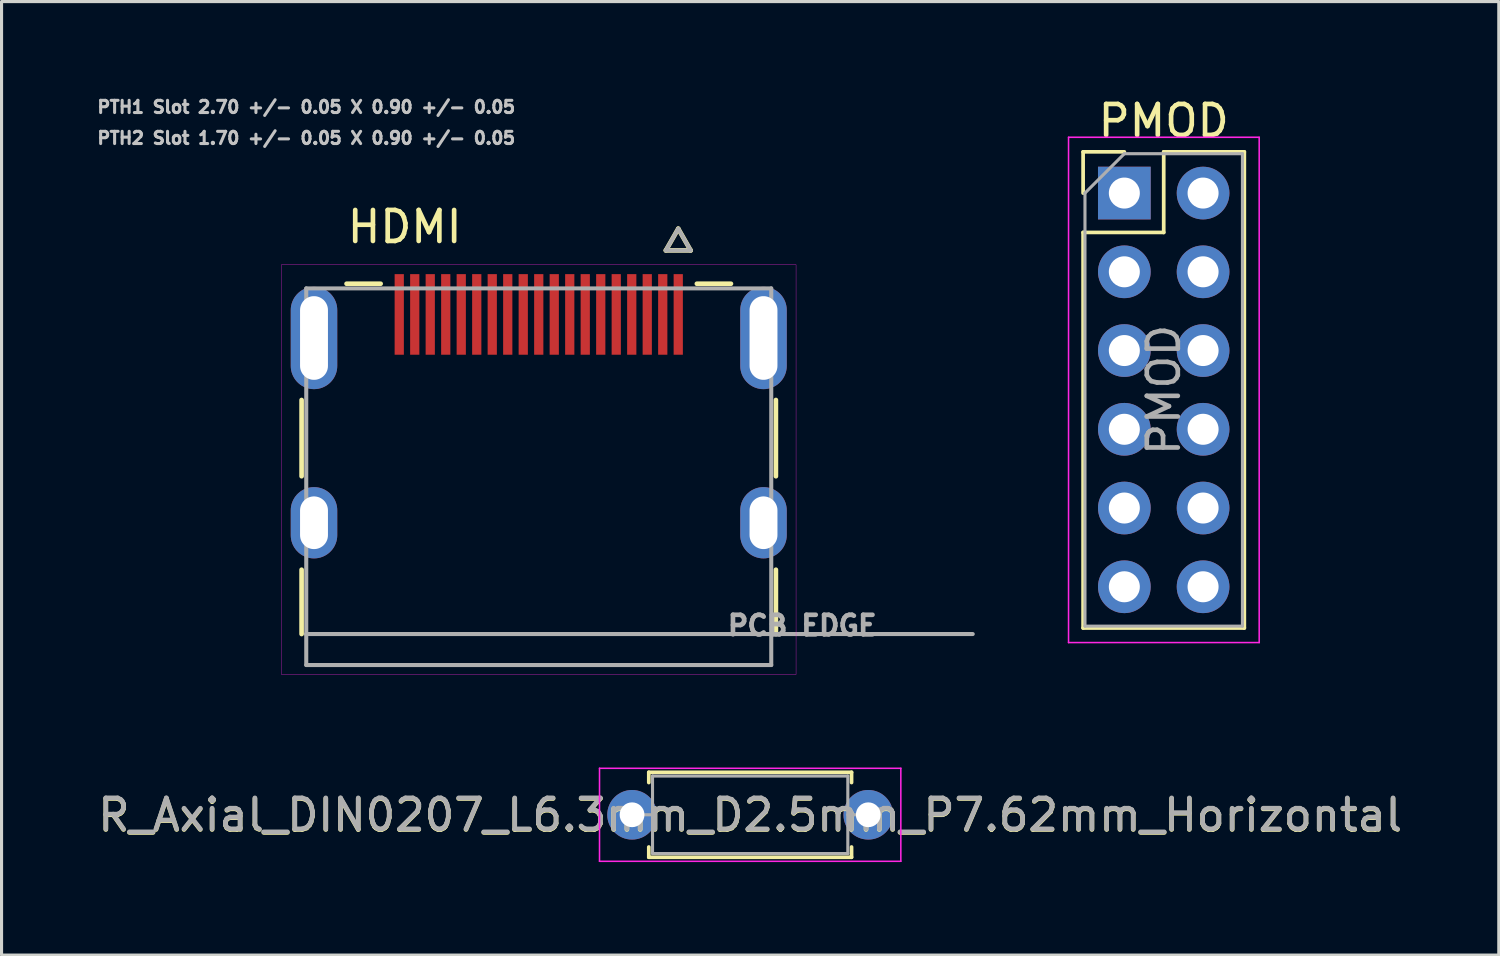
<source format=kicad_pcb>
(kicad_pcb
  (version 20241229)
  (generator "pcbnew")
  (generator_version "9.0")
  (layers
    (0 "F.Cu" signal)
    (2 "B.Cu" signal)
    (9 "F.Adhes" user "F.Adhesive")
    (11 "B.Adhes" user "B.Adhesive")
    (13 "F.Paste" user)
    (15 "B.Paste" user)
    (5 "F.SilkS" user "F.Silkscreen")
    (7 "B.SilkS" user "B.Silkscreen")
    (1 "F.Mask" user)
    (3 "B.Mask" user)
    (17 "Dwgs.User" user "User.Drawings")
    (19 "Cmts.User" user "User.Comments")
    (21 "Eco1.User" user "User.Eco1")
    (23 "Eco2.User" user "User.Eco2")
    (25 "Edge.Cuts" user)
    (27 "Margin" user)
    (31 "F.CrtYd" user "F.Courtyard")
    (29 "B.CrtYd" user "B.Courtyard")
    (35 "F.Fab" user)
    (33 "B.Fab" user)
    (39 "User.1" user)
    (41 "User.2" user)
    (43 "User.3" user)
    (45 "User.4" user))
  (footprint "HDMI"
    (layer "F.Cu")
    (at 14.329 17.403)
    (property "Reference" "HDMI" (at -4.325 -13.135 0) (layer "F.SilkS") (effects (font (size 1 1) (thickness 0.15))))
    (attr smd)
    (fp_poly (pts (xy -4.713 -11.674) (xy -4.287 -11.674) (xy -4.287 -8.947) (xy -4.713 -8.947)) (stroke (width 0.01) (type solid)) (fill yes) (layer "F.Mask"))
    (fp_poly (pts (xy -4.213 -11.674) (xy -3.788 -11.674) (xy -3.788 -8.947) (xy -4.213 -8.947)) (stroke (width 0.01) (type solid)) (fill yes) (layer "F.Mask"))
    (fp_poly (pts (xy -3.712 -11.674) (xy -3.288 -11.674) (xy -3.288 -8.947) (xy -3.712 -8.947)) (stroke (width 0.01) (type solid)) (fill yes) (layer "F.Mask"))
    (fp_poly (pts (xy -3.212 -11.674) (xy -2.788 -11.674) (xy -2.788 -8.947) (xy -3.212 -8.947)) (stroke (width 0.01) (type solid)) (fill yes) (layer "F.Mask"))
    (fp_poly (pts (xy -2.712 -11.674) (xy -2.288 -11.674) (xy -2.288 -8.947) (xy -2.712 -8.947)) (stroke (width 0.01) (type solid)) (fill yes) (layer "F.Mask"))
    (fp_poly (pts (xy -2.212 -11.674) (xy -1.788 -11.674) (xy -1.788 -8.947) (xy -2.212 -8.947)) (stroke (width 0.01) (type solid)) (fill yes) (layer "F.Mask"))
    (fp_poly (pts (xy -1.712 -11.674) (xy -1.288 -11.674) (xy -1.288 -8.947) (xy -1.712 -8.947)) (stroke (width 0.01) (type solid)) (fill yes) (layer "F.Mask"))
    (fp_poly (pts (xy -1.212 -11.674) (xy -0.787 -11.674) (xy -0.787 -8.947) (xy -1.212 -8.947)) (stroke (width 0.01) (type solid)) (fill yes) (layer "F.Mask"))
    (fp_poly (pts (xy -0.713 -11.674) (xy -0.287 -11.674) (xy -0.287 -8.947) (xy -0.713 -8.947)) (stroke (width 0.01) (type solid)) (fill yes) (layer "F.Mask"))
    (fp_poly (pts (xy -0.212 -11.674) (xy 0.212 -11.674) (xy 0.212 -8.947) (xy -0.212 -8.947)) (stroke (width 0.01) (type solid)) (fill yes) (layer "F.Mask"))
    (fp_poly (pts (xy 0.287 -11.674) (xy 0.713 -11.674) (xy 0.713 -8.947) (xy 0.287 -8.947)) (stroke (width 0.01) (type solid)) (fill yes) (layer "F.Mask"))
    (fp_poly (pts (xy 0.787 -11.674) (xy 1.212 -11.674) (xy 1.212 -8.947) (xy 0.787 -8.947)) (stroke (width 0.01) (type solid)) (fill yes) (layer "F.Mask"))
    (fp_poly (pts (xy 1.288 -11.674) (xy 1.712 -11.674) (xy 1.712 -8.947) (xy 1.288 -8.947)) (stroke (width 0.01) (type solid)) (fill yes) (layer "F.Mask"))
    (fp_poly (pts (xy 1.788 -11.674) (xy 2.212 -11.674) (xy 2.212 -8.947) (xy 1.788 -8.947)) (stroke (width 0.01) (type solid)) (fill yes) (layer "F.Mask"))
    (fp_poly (pts (xy 2.288 -11.674) (xy 2.712 -11.674) (xy 2.712 -8.947) (xy 2.288 -8.947)) (stroke (width 0.01) (type solid)) (fill yes) (layer "F.Mask"))
    (fp_poly (pts (xy 2.788 -11.674) (xy 3.212 -11.674) (xy 3.212 -8.947) (xy 2.788 -8.947)) (stroke (width 0.01) (type solid)) (fill yes) (layer "F.Mask"))
    (fp_poly (pts (xy 3.288 -11.674) (xy 3.712 -11.674) (xy 3.712 -8.947) (xy 3.288 -8.947)) (stroke (width 0.01) (type solid)) (fill yes) (layer "F.Mask"))
    (fp_poly (pts (xy 3.788 -11.674) (xy 4.213 -11.674) (xy 4.213 -8.947) (xy 3.788 -8.947)) (stroke (width 0.01) (type solid)) (fill yes) (layer "F.Mask"))
    (fp_poly (pts (xy 4.287 -11.674) (xy 4.713 -11.674) (xy 4.713 -8.947) (xy 4.287 -8.947)) (stroke (width 0.01) (type solid)) (fill yes) (layer "F.Mask"))
    (fp_line (start -7.65 -5.09) (end -7.65 -7.55) (stroke (width 0.15) (type solid)) (layer "F.SilkS"))
    (fp_line (start -7.65 -2.075) (end -7.65 0) (stroke (width 0.15) (type solid)) (layer "F.SilkS"))
    (fp_line (start -6.2 -11.3) (end -5.1 -11.3) (stroke (width 0.15) (type solid)) (layer "F.SilkS"))
    (fp_line (start 4.1 -12.375) (end 4.9 -12.375) (stroke (width 0.15) (type solid)) (layer "F.SilkS"))
    (fp_line (start 4.5 -13.075) (end 4.1 -12.375) (stroke (width 0.15) (type solid)) (layer "F.SilkS"))
    (fp_line (start 4.9 -12.375) (end 4.5 -13.075) (stroke (width 0.15) (type solid)) (layer "F.SilkS"))
    (fp_line (start 5.1 -11.3) (end 6.2 -11.3) (stroke (width 0.15) (type solid)) (layer "F.SilkS"))
    (fp_line (start 7.65 -7.55) (end 7.65 -5.09) (stroke (width 0.15) (type solid)) (layer "F.SilkS"))
    (fp_line (start 7.65 0) (end 7.65 -2.075) (stroke (width 0.15) (type solid)) (layer "F.SilkS"))
    (fp_line (start -8.3 -11.91) (end -8.3 1.3) (stroke (width 0.01) (type solid)) (layer "F.CrtYd"))
    (fp_line (start -8.3 1.3) (end 8.3 1.3) (stroke (width 0.01) (type solid)) (layer "F.CrtYd"))
    (fp_line (start 8.3 -11.91) (end -8.3 -11.91) (stroke (width 0.01) (type solid)) (layer "F.CrtYd"))
    (fp_line (start 8.3 1.3) (end 8.3 -11.91) (stroke (width 0.01) (type solid)) (layer "F.CrtYd"))
    (fp_line (start -7.5 -11.15) (end -7.5 0) (stroke (width 0.13) (type solid)) (layer "F.Fab"))
    (fp_line (start -7.5 0) (end -7.5 1) (stroke (width 0.13) (type solid)) (layer "F.Fab"))
    (fp_line (start -7.5 0) (end 14 0) (stroke (width 0.13) (type solid)) (layer "F.Fab"))
    (fp_line (start -7.5 1) (end 7.5 1) (stroke (width 0.13) (type solid)) (layer "F.Fab"))
    (fp_line (start 4.1 -12.375) (end 4.9 -12.375) (stroke (width 0.13) (type solid)) (layer "F.Fab"))
    (fp_line (start 4.5 -13.075) (end 4.1 -12.375) (stroke (width 0.13) (type solid)) (layer "F.Fab"))
    (fp_line (start 4.9 -12.375) (end 4.5 -13.075) (stroke (width 0.13) (type solid)) (layer "F.Fab"))
    (fp_line (start 7.5 -11.15) (end -7.5 -11.15) (stroke (width 0.13) (type solid)) (layer "F.Fab"))
    (fp_line (start 7.5 1) (end 7.5 -11.15) (stroke (width 0.13) (type solid)) (layer "F.Fab"))
    (fp_text user "PTH1 Slot 2.70 +/- 0.05 X 0.90 +/- 0.05" (at -7.5 -17 0) (layer "Dwgs.User") (effects (font (size 0.394 0.394) (thickness 0.15))))
    (fp_text user "PTH2 Slot 1.70 +/- 0.05 X 0.90 +/- 0.05" (at -7.5 -16 0) (layer "Dwgs.User") (effects (font (size 0.394 0.394) (thickness 0.15))))
    (fp_text user "PCB EDGE" (at 8.5 -0.275 0) (layer "F.Fab") (effects (font (size 0.63 0.63) (thickness 0.15))))
    (pad "1" smd rect (at 4.5 -10.31) (size 0.298 2.6) (layers "F.Cu" "F.Paste"))
    (pad "2" smd rect (at 4 -10.31) (size 0.298 2.6) (layers "F.Cu" "F.Paste"))
    (pad "3" smd rect (at 3.5 -10.31) (size 0.298 2.6) (layers "F.Cu" "F.Paste"))
    (pad "4" smd rect (at 3 -10.31) (size 0.298 2.6) (layers "F.Cu" "F.Paste"))
    (pad "5" smd rect (at 2.5 -10.31) (size 0.298 2.6) (layers "F.Cu" "F.Paste"))
    (pad "6" smd rect (at 2 -10.31) (size 0.298 2.6) (layers "F.Cu" "F.Paste"))
    (pad "7" smd rect (at 1.5 -10.31) (size 0.298 2.6) (layers "F.Cu" "F.Paste"))
    (pad "8" smd rect (at 1 -10.31) (size 0.298 2.6) (layers "F.Cu" "F.Paste"))
    (pad "9" smd rect (at 0.5 -10.31) (size 0.298 2.6) (layers "F.Cu" "F.Paste"))
    (pad "10" smd rect (at 0 -10.31) (size 0.298 2.6) (layers "F.Cu" "F.Paste"))
    (pad "11" smd rect (at -0.5 -10.31) (size 0.298 2.6) (layers "F.Cu" "F.Paste"))
    (pad "12" smd rect (at -1 -10.31) (size 0.298 2.6) (layers "F.Cu" "F.Paste"))
    (pad "13" smd rect (at -1.5 -10.31) (size 0.298 2.6) (layers "F.Cu" "F.Paste"))
    (pad "14" smd rect (at -2 -10.31) (size 0.298 2.6) (layers "F.Cu" "F.Paste"))
    (pad "15" smd rect (at -2.5 -10.31) (size 0.298 2.6) (layers "F.Cu" "F.Paste"))
    (pad "16" smd rect (at -3 -10.31) (size 0.298 2.6) (layers "F.Cu" "F.Paste"))
    (pad "17" smd rect (at -3.5 -10.31) (size 0.298 2.6) (layers "F.Cu" "F.Paste"))
    (pad "18" smd rect (at -4 -10.31) (size 0.298 2.6) (layers "F.Cu" "F.Paste"))
    (pad "19" smd rect (at -4.5 -10.31) (size 0.298 2.6) (layers "F.Cu" "F.Paste"))
    (pad "SH1" thru_hole oval (at 7.25 -9.55) (size 1.5 3.3) (drill oval 0.9 2.7) (layers "*.Cu" "*.Mask"))
    (pad "SH2" thru_hole oval (at -7.25 -9.55) (size 1.5 3.3) (drill oval 0.9 2.7) (layers "*.Cu" "*.Mask"))
    (pad "SH3" thru_hole oval (at 7.25 -3.59) (size 1.5 2.3) (drill oval 0.9 1.7) (layers "*.Cu" "*.Mask"))
    (pad "SH4" thru_hole oval (at -7.25 -3.59) (size 1.5 2.3) (drill oval 0.9 1.7) (layers "*.Cu" "*.Mask")))
  (footprint "R_Axial_DIN0207_L6.3mm_D2.5mm_P7.62mm_Horizontal"
    (layer "F.Cu")
    (at 17.339 23.233)
    (property "Reference" "R_Axial_DIN0207_L6.3mm_D2.5mm_P7.62mm_Horizontal" (at 3.81 0.02 180) (layer "F.SilkS") (effects (font (size 1 1) (thickness 0.15))))
    (attr through_hole)
    (fp_line (start 0.54 -1.37) (end 7.08 -1.37) (stroke (width 0.12) (type solid)) (layer "F.SilkS"))
    (fp_line (start 0.54 -1.04) (end 0.54 -1.37) (stroke (width 0.12) (type solid)) (layer "F.SilkS"))
    (fp_line (start 0.54 1.04) (end 0.54 1.37) (stroke (width 0.12) (type solid)) (layer "F.SilkS"))
    (fp_line (start 0.54 1.37) (end 7.08 1.37) (stroke (width 0.12) (type solid)) (layer "F.SilkS"))
    (fp_line (start 7.08 -1.37) (end 7.08 -1.04) (stroke (width 0.12) (type solid)) (layer "F.SilkS"))
    (fp_line (start 7.08 1.37) (end 7.08 1.04) (stroke (width 0.12) (type solid)) (layer "F.SilkS"))
    (fp_line (start -1.05 -1.5) (end -1.05 1.5) (stroke (width 0.05) (type solid)) (layer "F.CrtYd"))
    (fp_line (start -1.05 1.5) (end 8.67 1.5) (stroke (width 0.05) (type solid)) (layer "F.CrtYd"))
    (fp_line (start 8.67 -1.5) (end -1.05 -1.5) (stroke (width 0.05) (type solid)) (layer "F.CrtYd"))
    (fp_line (start 8.67 1.5) (end 8.67 -1.5) (stroke (width 0.05) (type solid)) (layer "F.CrtYd"))
    (fp_line (start 0 0) (end 0.66 0) (stroke (width 0.1) (type solid)) (layer "F.Fab"))
    (fp_line (start 0.66 -1.25) (end 0.66 1.25) (stroke (width 0.1) (type solid)) (layer "F.Fab"))
    (fp_line (start 0.66 1.25) (end 6.96 1.25) (stroke (width 0.1) (type solid)) (layer "F.Fab"))
    (fp_line (start 6.96 -1.25) (end 0.66 -1.25) (stroke (width 0.1) (type solid)) (layer "F.Fab"))
    (fp_line (start 6.96 1.25) (end 6.96 -1.25) (stroke (width 0.1) (type solid)) (layer "F.Fab"))
    (fp_line (start 7.62 0) (end 6.96 0) (stroke (width 0.1) (type solid)) (layer "F.Fab"))
    (fp_text user "${REFERENCE}" (at 3.81 0 180) (layer "F.Fab") (effects (font (size 1 1) (thickness 0.15))))
    (pad "1" thru_hole circle (at 0 0) (size 1.6 1.6) (drill 0.8) (layers "*.Cu" "*.Mask"))
    (pad "2" thru_hole oval (at 7.62 0) (size 1.6 1.6) (drill 0.8) (layers "*.Cu" "*.Mask")))
  (footprint "PMOD"
    (layer "F.Cu")
    (at 33.219 3.178)
    (property "Reference" "PMOD" (at 1.27 -2.33 0) (layer "F.SilkS") (effects (font (size 1 1) (thickness 0.15))))
    (attr through_hole)
    (fp_line (start -1.33 -1.33) (end 0 -1.33) (stroke (width 0.12) (type solid)) (layer "F.SilkS"))
    (fp_line (start -1.33 0) (end -1.33 -1.33) (stroke (width 0.12) (type solid)) (layer "F.SilkS"))
    (fp_line (start -1.33 1.27) (end -1.33 14.03) (stroke (width 0.12) (type solid)) (layer "F.SilkS"))
    (fp_line (start -1.33 1.27) (end 1.27 1.27) (stroke (width 0.12) (type solid)) (layer "F.SilkS"))
    (fp_line (start -1.33 14.03) (end 3.87 14.03) (stroke (width 0.12) (type solid)) (layer "F.SilkS"))
    (fp_line (start 1.27 -1.33) (end 3.87 -1.33) (stroke (width 0.12) (type solid)) (layer "F.SilkS"))
    (fp_line (start 1.27 1.27) (end 1.27 -1.33) (stroke (width 0.12) (type solid)) (layer "F.SilkS"))
    (fp_line (start 3.87 -1.33) (end 3.87 14.03) (stroke (width 0.12) (type solid)) (layer "F.SilkS"))
    (fp_line (start -1.8 -1.8) (end -1.8 14.5) (stroke (width 0.05) (type solid)) (layer "F.CrtYd"))
    (fp_line (start -1.8 14.5) (end 4.35 14.5) (stroke (width 0.05) (type solid)) (layer "F.CrtYd"))
    (fp_line (start 4.35 -1.8) (end -1.8 -1.8) (stroke (width 0.05) (type solid)) (layer "F.CrtYd"))
    (fp_line (start 4.35 14.5) (end 4.35 -1.8) (stroke (width 0.05) (type solid)) (layer "F.CrtYd"))
    (fp_line (start -1.27 0) (end 0 -1.27) (stroke (width 0.1) (type solid)) (layer "F.Fab"))
    (fp_line (start -1.27 13.97) (end -1.27 0) (stroke (width 0.1) (type solid)) (layer "F.Fab"))
    (fp_line (start 0 -1.27) (end 3.81 -1.27) (stroke (width 0.1) (type solid)) (layer "F.Fab"))
    (fp_line (start 3.81 -1.27) (end 3.81 13.97) (stroke (width 0.1) (type solid)) (layer "F.Fab"))
    (fp_line (start 3.81 13.97) (end -1.27 13.97) (stroke (width 0.1) (type solid)) (layer "F.Fab"))
    (fp_text user "${REFERENCE}" (at 1.27 6.35 90) (layer "F.Fab") (effects (font (size 1 1) (thickness 0.15))))
    (pad "1" thru_hole rect (at 0 0) (size 1.7 1.7) (drill 1) (layers "*.Cu" "*.Mask"))
    (pad "2" thru_hole oval (at 2.54 0) (size 1.7 1.7) (drill 1) (layers "*.Cu" "*.Mask"))
    (pad "3" thru_hole oval (at 0 2.54) (size 1.7 1.7) (drill 1) (layers "*.Cu" "*.Mask"))
    (pad "4" thru_hole oval (at 2.54 2.54) (size 1.7 1.7) (drill 1) (layers "*.Cu" "*.Mask"))
    (pad "5" thru_hole oval (at 0 5.08) (size 1.7 1.7) (drill 1) (layers "*.Cu" "*.Mask"))
    (pad "6" thru_hole oval (at 2.54 5.08) (size 1.7 1.7) (drill 1) (layers "*.Cu" "*.Mask"))
    (pad "7" thru_hole oval (at 0 7.62) (size 1.7 1.7) (drill 1) (layers "*.Cu" "*.Mask"))
    (pad "8" thru_hole oval (at 2.54 7.62) (size 1.7 1.7) (drill 1) (layers "*.Cu" "*.Mask"))
    (pad "9" thru_hole oval (at 0 10.16) (size 1.7 1.7) (drill 1) (layers "*.Cu" "*.Mask"))
    (pad "10" thru_hole oval (at 2.54 10.16) (size 1.7 1.7) (drill 1) (layers "*.Cu" "*.Mask"))
    (pad "11" thru_hole oval (at 0 12.7) (size 1.7 1.7) (drill 1) (layers "*.Cu" "*.Mask"))
    (pad "12" thru_hole oval (at 2.54 12.7) (size 1.7 1.7) (drill 1) (layers "*.Cu" "*.Mask")))
  (gr_rect
    (start -3 -3)
    (end 45.298 27.758)
    (stroke (width 0.1) (type default))
    (fill no)
    (layer "Edge.Cuts")))
</source>
